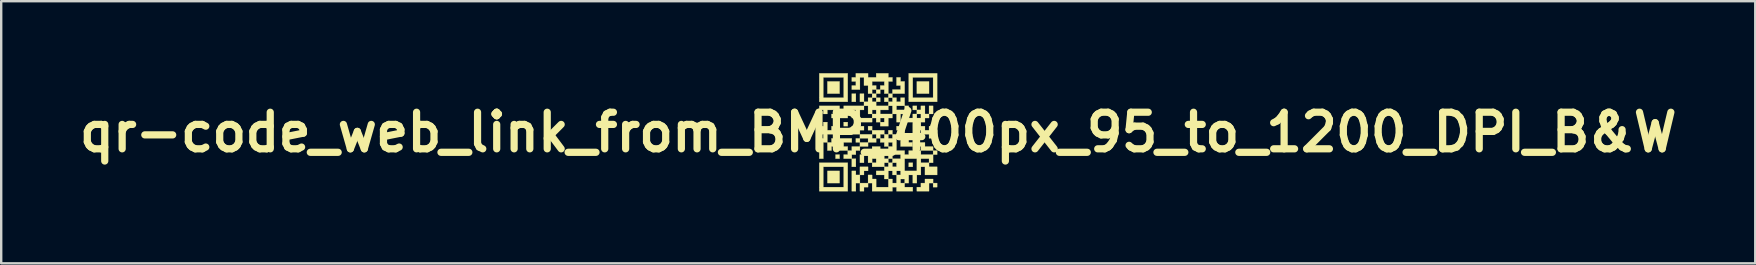
<source format=kicad_pcb>
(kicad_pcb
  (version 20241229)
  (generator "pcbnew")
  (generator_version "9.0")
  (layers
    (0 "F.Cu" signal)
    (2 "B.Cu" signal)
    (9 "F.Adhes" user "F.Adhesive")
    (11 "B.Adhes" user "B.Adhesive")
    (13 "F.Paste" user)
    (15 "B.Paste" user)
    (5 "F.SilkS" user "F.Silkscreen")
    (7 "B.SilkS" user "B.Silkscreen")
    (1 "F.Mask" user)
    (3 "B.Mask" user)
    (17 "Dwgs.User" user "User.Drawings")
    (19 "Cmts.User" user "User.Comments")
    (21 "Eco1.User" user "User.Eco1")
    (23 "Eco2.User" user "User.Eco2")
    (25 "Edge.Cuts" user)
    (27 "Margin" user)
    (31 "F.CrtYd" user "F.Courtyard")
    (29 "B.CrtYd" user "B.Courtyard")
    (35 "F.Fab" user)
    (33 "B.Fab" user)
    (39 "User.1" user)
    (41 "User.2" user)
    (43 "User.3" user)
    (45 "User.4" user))
  (footprint "qr-code_web_link_from_BMP_400px_95_to_1200_DPI_B&W"
    (layer "F.Cu")
    (at 33.535 2.46)
    (property "Reference" "qr-code_web_link_from_BMP_400px_95_to_1200_DPI_B&W" (at 0 0 0) (layer "F.SilkS") (effects (font (size 1.524 1.524) (thickness 0.3))))
    (attr through_hole)
    (fp_poly (pts (xy -1.778 -0.593) (xy -1.947 -0.593) (xy -1.947 -0.762) (xy -1.778 -0.762) (xy -1.778 -0.593)) (stroke (width 0.01) (type solid)) (fill yes) (layer "F.SilkS"))
    (fp_poly (pts (xy -1.609 -1.609) (xy -2.117 -1.609) (xy -2.117 -2.117) (xy -1.609 -2.117) (xy -1.609 -1.609)) (stroke (width 0.01) (type solid)) (fill yes) (layer "F.SilkS"))
    (fp_poly (pts (xy -1.609 -0.423) (xy -1.778 -0.423) (xy -1.778 -0.593) (xy -1.609 -0.593) (xy -1.609 -0.423)) (stroke (width 0.01) (type solid)) (fill yes) (layer "F.SilkS"))
    (fp_poly (pts (xy -1.609 1.101) (xy -1.778 1.101) (xy -1.778 0.931) (xy -1.609 0.931) (xy -1.609 1.101)) (stroke (width 0.01) (type solid)) (fill yes) (layer "F.SilkS"))
    (fp_poly (pts (xy -1.609 2.117) (xy -2.117 2.117) (xy -2.117 1.609) (xy -1.609 1.609) (xy -1.609 2.117)) (stroke (width 0.01) (type solid)) (fill yes) (layer "F.SilkS"))
    (fp_poly (pts (xy -1.27 -0.254) (xy -1.439 -0.254) (xy -1.439 -0.423) (xy -1.27 -0.423) (xy -1.27 -0.254)) (stroke (width 0.01) (type solid)) (fill yes) (layer "F.SilkS"))
    (fp_poly (pts (xy -0.931 -1.27) (xy -1.101 -1.27) (xy -1.101 -1.609) (xy -0.931 -1.609) (xy -0.931 -1.27)) (stroke (width 0.01) (type solid)) (fill yes) (layer "F.SilkS"))
    (fp_poly (pts (xy -0.931 1.439) (xy -1.101 1.439) (xy -1.101 1.101) (xy -0.931 1.101) (xy -0.931 1.439)) (stroke (width 0.01) (type solid)) (fill yes) (layer "F.SilkS"))
    (fp_poly (pts (xy -0.593 -1.27) (xy -0.762 -1.27) (xy -0.762 -1.609) (xy -0.593 -1.609) (xy -0.593 -1.27)) (stroke (width 0.01) (type solid)) (fill yes) (layer "F.SilkS"))
    (fp_poly (pts (xy -0.593 1.27) (xy -0.762 1.27) (xy -0.762 0.931) (xy -0.593 0.931) (xy -0.593 1.27)) (stroke (width 0.01) (type solid)) (fill yes) (layer "F.SilkS"))
    (fp_poly (pts (xy -0.423 0.931) (xy -0.593 0.931) (xy -0.593 0.762) (xy -0.423 0.762) (xy -0.423 0.931)) (stroke (width 0.01) (type solid)) (fill yes) (layer "F.SilkS"))
    (fp_poly (pts (xy -0.254 -0.085) (xy -0.423 -0.085) (xy -0.423 -0.254) (xy -0.254 -0.254) (xy -0.254 -0.085)) (stroke (width 0.01) (type solid)) (fill yes) (layer "F.SilkS"))
    (fp_poly (pts (xy 0.085 -1.609) (xy -0.085 -1.609) (xy -0.085 -1.778) (xy 0.085 -1.778) (xy 0.085 -1.609)) (stroke (width 0.01) (type solid)) (fill yes) (layer "F.SilkS"))
    (fp_poly (pts (xy 0.085 -1.27) (xy -0.085 -1.27) (xy -0.085 -1.439) (xy 0.085 -1.439) (xy 0.085 -1.27)) (stroke (width 0.01) (type solid)) (fill yes) (layer "F.SilkS"))
    (fp_poly (pts (xy 0.423 -1.27) (xy 0.254 -1.27) (xy 0.254 -1.439) (xy 0.423 -1.439) (xy 0.423 -1.27)) (stroke (width 0.01) (type solid)) (fill yes) (layer "F.SilkS"))
    (fp_poly (pts (xy 0.931 -0.085) (xy 0.762 -0.085) (xy 0.762 -0.254) (xy 0.931 -0.254) (xy 0.931 -0.085)) (stroke (width 0.01) (type solid)) (fill yes) (layer "F.SilkS"))
    (fp_poly (pts (xy 1.439 1.439) (xy 1.27 1.439) (xy 1.27 1.27) (xy 1.439 1.27) (xy 1.439 1.439)) (stroke (width 0.01) (type solid)) (fill yes) (layer "F.SilkS"))
    (fp_poly (pts (xy 1.609 -0.931) (xy 1.439 -0.931) (xy 1.439 -1.101) (xy 1.609 -1.101) (xy 1.609 -0.931)) (stroke (width 0.01) (type solid)) (fill yes) (layer "F.SilkS"))
    (fp_poly (pts (xy 2.117 -1.609) (xy 1.609 -1.609) (xy 1.609 -2.117) (xy 2.117 -2.117) (xy 2.117 -1.609)) (stroke (width 0.01) (type solid)) (fill yes) (layer "F.SilkS"))
    (fp_poly (pts (xy 2.286 -0.762) (xy 2.117 -0.762) (xy 2.117 -1.101) (xy 2.286 -1.101) (xy 2.286 -0.762)) (stroke (width 0.01) (type solid)) (fill yes) (layer "F.SilkS"))
    (fp_poly (pts (xy 2.455 -0.423) (xy 2.286 -0.423) (xy 2.286 -0.593) (xy 2.455 -0.593) (xy 2.455 -0.423)) (stroke (width 0.01) (type solid)) (fill yes) (layer "F.SilkS"))
    (fp_poly (pts (xy 2.455 0.931) (xy 2.286 0.931) (xy 2.286 0.762) (xy 2.455 0.762) (xy 2.455 0.931)) (stroke (width 0.01) (type solid)) (fill yes) (layer "F.SilkS"))
    (fp_poly (pts (xy 2.455 2.286) (xy 2.286 2.286) (xy 2.286 2.117) (xy 2.455 2.117) (xy 2.455 2.286)) (stroke (width 0.01) (type solid)) (fill yes) (layer "F.SilkS"))
    (fp_poly (pts (xy -0.423 1.609) (xy -0.593 1.609) (xy -0.593 1.778) (xy -0.762 1.778) (xy -0.762 1.439) (xy -0.423 1.439) (xy -0.423 1.609)) (stroke (width 0.01) (type solid)) (fill yes) (layer "F.SilkS"))
    (fp_poly (pts (xy -0.423 2.286) (xy -0.593 2.286) (xy -0.593 2.455) (xy -0.762 2.455) (xy -0.762 2.117) (xy -0.423 2.117) (xy -0.423 2.286)) (stroke (width 0.01) (type solid)) (fill yes) (layer "F.SilkS"))
    (fp_poly (pts (xy -1.609 -0.931) (xy -2.117 -0.931) (xy -2.117 -0.762) (xy -2.286 -0.762) (xy -2.286 -0.931) (xy -2.455 -0.931) (xy -2.455 -1.101) (xy -1.609 -1.101) (xy -1.609 -0.931)) (stroke (width 0.01) (type solid)) (fill yes) (layer "F.SilkS"))
    (fp_poly (pts (xy -0.931 1.778) (xy -0.762 1.778) (xy -0.762 2.117) (xy -0.931 2.117) (xy -0.931 2.455) (xy -1.101 2.455) (xy -1.101 1.609) (xy -0.931 1.609) (xy -0.931 1.778)) (stroke (width 0.01) (type solid)) (fill yes) (layer "F.SilkS"))
    (fp_poly (pts (xy 0.931 -2.117) (xy 1.101 -2.117) (xy 1.101 -1.609) (xy 0.593 -1.609) (xy 0.593 -1.778) (xy 0.931 -1.778) (xy 0.931 -1.947) (xy 0.762 -1.947) (xy 0.762 -2.286) (xy 0.931 -2.286) (xy 0.931 -2.117)) (stroke (width 0.01) (type solid)) (fill yes) (layer "F.SilkS"))
    (fp_poly (pts (xy 2.286 2.117) (xy 2.117 2.117) (xy 2.117 2.455) (xy 1.609 2.455) (xy 1.609 2.286) (xy 1.778 2.286) (xy 1.778 2.117) (xy 1.947 2.117) (xy 1.947 1.947) (xy 2.286 1.947) (xy 2.286 2.117)) (stroke (width 0.01) (type solid)) (fill yes) (layer "F.SilkS"))
    (fp_poly (pts (xy -1.27 -1.27) (xy -2.455 -1.27) (xy -2.455 -2.286) (xy -2.286 -2.286) (xy -2.286 -1.439) (xy -1.439 -1.439) (xy -1.439 -2.286) (xy -2.286 -2.286) (xy -2.455 -2.286) (xy -2.455 -2.455) (xy -1.27 -2.455) (xy -1.27 -1.27)) (stroke (width 0.01) (type solid)) (fill yes) (layer "F.SilkS"))
    (fp_poly (pts (xy -1.27 2.455) (xy -2.455 2.455) (xy -2.455 1.439) (xy -2.286 1.439) (xy -2.286 2.286) (xy -1.439 2.286) (xy -1.439 1.439) (xy -2.286 1.439) (xy -2.455 1.439) (xy -2.455 1.27) (xy -1.27 1.27) (xy -1.27 2.455)) (stroke (width 0.01) (type solid)) (fill yes) (layer "F.SilkS"))
    (fp_poly (pts (xy 2.455 -1.27) (xy 1.27 -1.27) (xy 1.27 -2.286) (xy 1.439 -2.286) (xy 1.439 -1.439) (xy 2.286 -1.439) (xy 2.286 -2.286) (xy 1.439 -2.286) (xy 1.27 -2.286) (xy 1.27 -2.455) (xy 2.455 -2.455) (xy 2.455 -1.27)) (stroke (width 0.01) (type solid)) (fill yes) (layer "F.SilkS"))
    (fp_poly (pts (xy -0.762 0.762) (xy -0.931 0.762) (xy -0.931 0.931) (xy -1.101 0.931) (xy -1.101 1.101) (xy -1.439 1.101) (xy -1.439 0.931) (xy -1.27 0.931) (xy -1.27 0.762) (xy -1.101 0.762) (xy -1.101 0.593) (xy -0.762 0.593) (xy -0.762 0.762)) (stroke (width 0.01) (type solid)) (fill yes) (layer "F.SilkS"))
    (fp_poly (pts (xy -2.117 -0.085) (xy -1.947 -0.085) (xy -1.947 -0.254) (xy -1.609 -0.254) (xy -1.609 -0.085) (xy -1.27 -0.085) (xy -1.27 0.085) (xy -2.117 0.085) (xy -2.117 0.423) (xy -2.286 0.423) (xy -2.286 1.101) (xy -2.455 1.101) (xy -2.455 0.254) (xy -2.286 0.254) (xy -2.286 0.085) (xy -2.455 0.085) (xy -2.455 -0.254) (xy -2.286 -0.254) (xy -2.286 -0.423) (xy -2.117 -0.423) (xy -2.117 -0.085)) (stroke (width 0.01) (type solid)) (fill yes) (layer "F.SilkS"))
    (fp_poly (pts (xy -1.101 0.423) (xy -1.439 0.423) (xy -1.439 0.593) (xy -1.27 0.593) (xy -1.27 0.762) (xy -1.778 0.762) (xy -1.778 0.593) (xy -1.947 0.593) (xy -1.947 0.762) (xy -2.117 0.762) (xy -2.117 0.423) (xy -1.947 0.423) (xy -1.778 0.423) (xy -1.778 0.593) (xy -1.609 0.593) (xy -1.609 0.423) (xy -1.778 0.423) (xy -1.947 0.423) (xy -1.947 0.254) (xy -1.101 0.254) (xy -1.101 0.423)) (stroke (width 0.01) (type solid)) (fill yes) (layer "F.SilkS"))
    (fp_poly (pts (xy 1.27 -1.101) (xy 1.27 -0.762) (xy 0.931 -0.762) (xy 0.931 -0.423) (xy 0.762 -0.423) (xy 0.762 -0.762) (xy 0.593 -0.762) (xy 0.593 -0.593) (xy 0.423 -0.593) (xy 0.423 -0.254) (xy 0.085 -0.254) (xy 0.085 -0.423) (xy -0.085 -0.423) (xy -0.085 -0.593) (xy 0.085 -0.593) (xy 0.085 -0.423) (xy 0.254 -0.423) (xy 0.254 -0.593) (xy 0.085 -0.593) (xy -0.085 -0.593) (xy -0.254 -0.593) (xy -0.254 -0.423) (xy -0.762 -0.423) (xy -0.762 -0.254) (xy -0.593 -0.254) (xy -0.593 -0.085) (xy -0.762 -0.085) (xy -0.762 0.085) (xy -1.101 0.085) (xy -1.101 -0.254) (xy -0.931 -0.254) (xy -0.931 -0.593) (xy -1.101 -0.593) (xy -1.101 -0.762) (xy -1.27 -0.762) (xy -1.27 -0.593) (xy -1.609 -0.593) (xy -1.609 -0.931) (xy -1.439 -0.931) (xy -1.439 -0.762) (xy -1.27 -0.762) (xy -1.27 -0.931) (xy -1.101 -0.931) (xy -1.101 -0.762) (xy -0.931 -0.762) (xy -0.931 -0.931) (xy -0.762 -0.931) (xy -0.762 -0.593) (xy -0.254 -0.593) (xy -0.254 -0.762) (xy -0.423 -0.762) (xy -0.423 -0.931) (xy -0.254 -0.931) (xy -0.254 -0.762) (xy -0.085 -0.762) (xy -0.085 -0.931) (xy 0.085 -0.931) (xy 0.085 -0.762) (xy 0.593 -0.762) (xy 0.593 -1.101) (xy 0.762 -1.101) (xy 0.762 -0.931) (xy 1.101 -0.931) (xy 1.101 -1.101) (xy 0.762 -1.101) (xy 0.593 -1.101) (xy 0.423 -1.101) (xy 0.423 -0.931) (xy 0.085 -0.931) (xy -0.085 -0.931) (xy -0.254 -0.931) (xy -0.423 -0.931) (xy -0.423 -1.101) (xy -0.593 -1.101) (xy -0.593 -0.931) (xy -0.762 -0.931) (xy -0.931 -0.931) (xy -1.101 -0.931) (xy -1.27 -0.931) (xy -1.439 -0.931) (xy -1.439 -1.101) (xy -0.593 -1.101) (xy -0.593 -1.27) (xy -0.423 -1.27) (xy -0.423 -1.439) (xy -0.254 -1.439) (xy -0.254 -1.609) (xy -0.423 -1.609) (xy -0.423 -1.947) (xy -0.593 -1.947) (xy -0.593 -2.117) (xy -0.254 -2.117) (xy -0.254 -1.947) (xy -0.085 -1.947) (xy -0.085 -1.778) (xy -0.254 -1.778) (xy -0.254 -1.609) (xy -0.085 -1.609) (xy -0.085 -1.439) (xy -0.254 -1.439) (xy -0.254 -1.27) (xy -0.085 -1.27) (xy -0.085 -1.101) (xy 0.423 -1.101) (xy 0.423 -1.27) (xy 0.593 -1.27) (xy 0.593 -1.439) (xy 0.423 -1.439) (xy 0.423 -1.609) (xy 0.254 -1.609) (xy 0.254 -1.778) (xy 0.085 -1.778) (xy 0.085 -1.947) (xy 0.254 -1.947) (xy 0.254 -2.117) (xy -0.254 -2.117) (xy -0.593 -2.117) (xy -0.593 -2.286) (xy -0.762 -2.286) (xy -0.762 -1.778) (xy -1.101 -1.778) (xy -1.101 -1.947) (xy -0.931 -1.947) (xy -0.931 -2.117) (xy -1.101 -2.117) (xy -1.101 -2.286) (xy -0.931 -2.286) (xy -0.931 -2.455) (xy -0.423 -2.455) (xy -0.423 -2.286) (xy -0.085 -2.286) (xy -0.085 -2.455) (xy 0.423 -2.455) (xy 0.423 -2.286) (xy 0.593 -2.286) (xy 0.593 -2.117) (xy 0.423 -2.117) (xy 0.423 -1.609) (xy 0.593 -1.609) (xy 0.593 -1.439) (xy 0.762 -1.439) (xy 0.762 -1.27) (xy 0.931 -1.27) (xy 0.931 -1.439) (xy 1.101 -1.439) (xy 1.101 -1.101) (xy 1.27 -1.101)) (stroke (width 0.01) (type solid)) (fill yes) (layer "F.SilkS"))
    (fp_poly (pts (xy -0.423 1.778) (xy -0.254 1.778) (xy -0.254 1.947) (xy -0.085 1.947) (xy -0.085 2.286) (xy 0.423 2.286) (xy 0.423 1.947) (xy 0.254 1.947) (xy 0.254 1.778) (xy -0.085 1.778) (xy -0.085 1.609) (xy 0.254 1.609) (xy 0.423 1.609) (xy 0.423 1.947) (xy 0.593 1.947) (xy 0.593 2.117) (xy 0.762 2.117) (xy 0.762 1.947) (xy 0.931 1.947) (xy 0.931 2.117) (xy 1.101 2.117) (xy 1.101 1.947) (xy 0.931 1.947) (xy 0.762 1.947) (xy 0.762 1.778) (xy 0.593 1.778) (xy 0.593 1.609) (xy 0.762 1.609) (xy 0.762 1.778) (xy 0.931 1.778) (xy 0.931 1.609) (xy 0.762 1.609) (xy 0.593 1.609) (xy 0.423 1.609) (xy 0.254 1.609) (xy 0.254 1.439) (xy -0.254 1.439) (xy -0.254 1.27) (xy -0.423 1.27) (xy -0.423 1.101) (xy -0.254 1.101) (xy -0.254 1.27) (xy -0.085 1.27) (xy 0.254 1.27) (xy 0.254 1.439) (xy 0.423 1.439) (xy 0.423 1.27) (xy 0.254 1.27) (xy -0.085 1.27) (xy -0.085 1.101) (xy -0.254 1.101) (xy -0.423 1.101) (xy -0.423 0.931) (xy -0.254 0.931) (xy -0.254 0.593) (xy 0.085 0.593) (xy 0.085 0.762) (xy -0.085 0.762) (xy -0.085 0.931) (xy 0.254 0.931) (xy 0.254 1.101) (xy 0.423 1.101) (xy 0.423 1.27) (xy 0.593 1.27) (xy 0.593 1.439) (xy 0.762 1.439) (xy 0.762 1.27) (xy 0.593 1.27) (xy 0.593 1.101) (xy 0.423 1.101) (xy 0.423 0.931) (xy 0.593 0.931) (xy 0.593 1.101) (xy 0.931 1.101) (xy 1.101 1.101) (xy 1.101 1.609) (xy 1.609 1.609) (xy 1.609 1.101) (xy 1.778 1.101) (xy 1.778 1.27) (xy 2.117 1.27) (xy 2.117 1.101) (xy 1.778 1.101) (xy 1.609 1.101) (xy 1.101 1.101) (xy 0.931 1.101) (xy 0.931 0.931) (xy 0.593 0.931) (xy 0.423 0.931) (xy 0.254 0.931) (xy 0.254 0.762) (xy 0.423 0.762) (xy 0.423 0.593) (xy 0.254 0.593) (xy 0.254 0.423) (xy 0.423 0.423) (xy 0.423 0.593) (xy 0.593 0.593) (xy 0.593 0.423) (xy 0.423 0.423) (xy 0.254 0.423) (xy 0.085 0.423) (xy 0.085 0.254) (xy -0.085 0.254) (xy -0.085 0.423) (xy -0.423 0.423) (xy -0.423 0.593) (xy -0.762 0.593) (xy -0.762 0.423) (xy -0.931 0.423) (xy -0.931 0.254) (xy -0.762 0.254) (xy -0.762 0.423) (xy -0.423 0.423) (xy -0.423 0.254) (xy -0.762 0.254) (xy -0.762 0.085) (xy -0.254 0.085) (xy -0.254 0.254) (xy -0.085 0.254) (xy -0.085 0.085) (xy 0.085 0.085) (xy 0.085 0.254) (xy 0.254 0.254) (xy 0.254 0.085) (xy 0.085 0.085) (xy -0.085 0.085) (xy -0.254 0.085) (xy -0.254 -0.085) (xy 0.254 -0.085) (xy 0.254 0.085) (xy 0.423 0.085) (xy 0.423 0.254) (xy 0.593 0.254) (xy 0.762 0.254) (xy 0.762 0.762) (xy 1.101 0.762) (xy 1.101 0.931) (xy 1.27 0.931) (xy 1.27 0.762) (xy 1.439 0.762) (xy 1.439 0.593) (xy 0.931 0.593) (xy 0.931 0.254) (xy 0.762 0.254) (xy 0.593 0.254) (xy 0.593 0.085) (xy 0.423 0.085) (xy 0.423 -0.085) (xy 0.593 -0.085) (xy 0.593 0.085) (xy 0.931 0.085) (xy 0.931 -0.085) (xy 1.101 -0.085) (xy 1.101 0.254) (xy 1.27 0.254) (xy 1.27 0.423) (xy 1.439 0.423) (xy 1.439 0.593) (xy 1.609 0.593) (xy 1.609 0.762) (xy 1.778 0.762) (xy 1.778 0.593) (xy 1.609 0.593) (xy 1.609 0.423) (xy 1.439 0.423) (xy 1.439 0.254) (xy 1.27 0.254) (xy 1.27 0.085) (xy 1.439 0.085) (xy 1.439 -0.085) (xy 1.609 -0.085) (xy 1.609 0.085) (xy 1.778 0.085) (xy 1.778 -0.085) (xy 1.609 -0.085) (xy 1.439 -0.085) (xy 1.439 -0.423) (xy 1.101 -0.423) (xy 1.101 -0.593) (xy 1.439 -0.593) (xy 1.439 -0.762) (xy 1.609 -0.762) (xy 1.609 -0.593) (xy 1.778 -0.593) (xy 1.778 -0.762) (xy 1.609 -0.762) (xy 1.609 -0.931) (xy 1.778 -0.931) (xy 1.778 -1.101) (xy 1.947 -1.101) (xy 1.947 -0.762) (xy 2.117 -0.762) (xy 2.117 -0.593) (xy 1.947 -0.593) (xy 1.947 -0.423) (xy 1.778 -0.423) (xy 1.778 -0.254) (xy 1.947 -0.254) (xy 1.947 -0.085) (xy 2.117 -0.085) (xy 2.117 -0.254) (xy 2.286 -0.254) (xy 2.286 -0.085) (xy 2.455 -0.085) (xy 2.455 0.254) (xy 2.117 0.254) (xy 2.117 0.085) (xy 1.778 0.085) (xy 1.778 0.254) (xy 1.609 0.254) (xy 1.609 0.423) (xy 1.947 0.423) (xy 1.947 0.593) (xy 2.286 0.593) (xy 2.286 0.762) (xy 1.778 0.762) (xy 1.778 0.931) (xy 2.286 0.931) (xy 2.286 1.27) (xy 2.117 1.27) (xy 2.117 1.439) (xy 2.455 1.439) (xy 2.455 1.778) (xy 1.947 1.778) (xy 1.947 1.439) (xy 1.778 1.439) (xy 1.778 1.778) (xy 1.609 1.778) (xy 1.609 2.117) (xy 1.439 2.117) (xy 1.439 1.778) (xy 1.27 1.778) (xy 1.27 2.117) (xy 1.101 2.117) (xy 1.101 2.286) (xy 1.439 2.286) (xy 1.439 2.455) (xy 0.762 2.455) (xy 0.762 2.286) (xy 0.593 2.286) (xy 0.593 2.455) (xy -0.254 2.455) (xy -0.254 2.117) (xy -0.423 2.117) (xy -0.423 1.778)) (stroke (width 0.01) (type solid)) (fill yes) (layer "F.SilkS")))
  (gr_rect
    (start -3 -3)
    (end 70.071 7.921)
    (stroke (width 0.1) (type default))
    (fill no)
    (layer "Edge.Cuts")))
</source>
